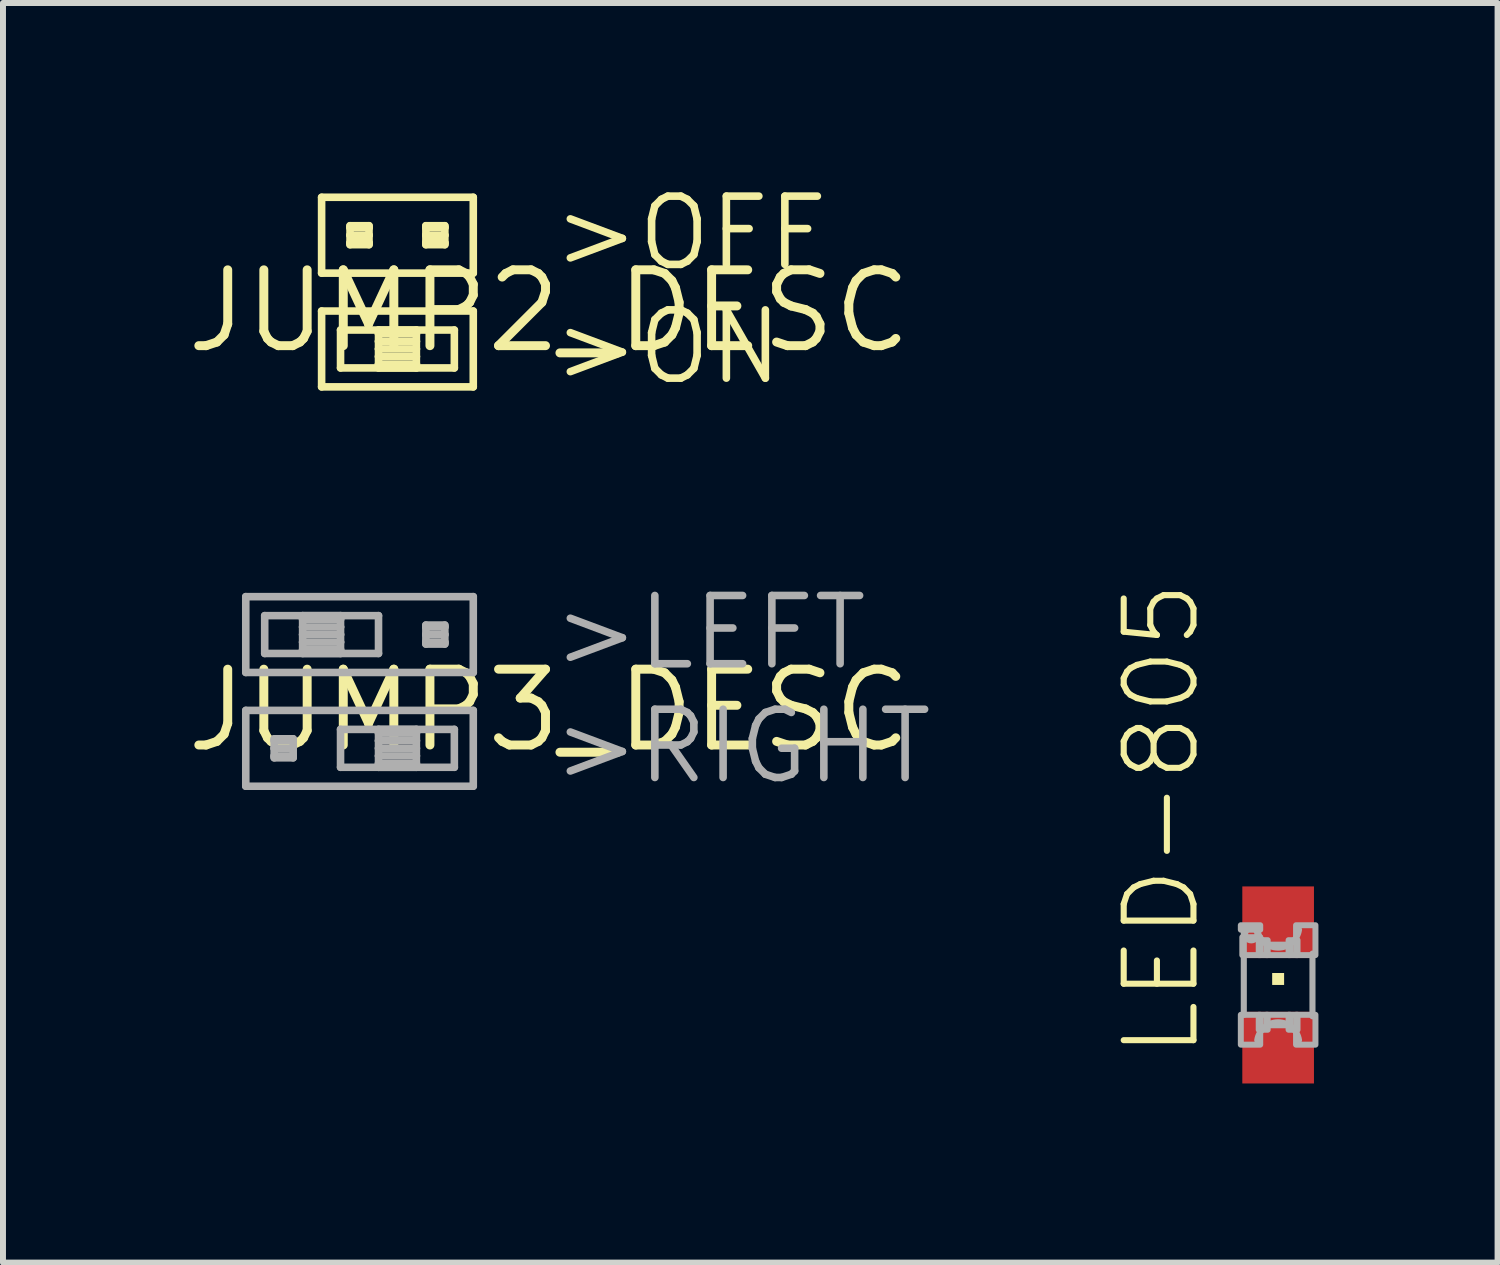
<source format=kicad_pcb>
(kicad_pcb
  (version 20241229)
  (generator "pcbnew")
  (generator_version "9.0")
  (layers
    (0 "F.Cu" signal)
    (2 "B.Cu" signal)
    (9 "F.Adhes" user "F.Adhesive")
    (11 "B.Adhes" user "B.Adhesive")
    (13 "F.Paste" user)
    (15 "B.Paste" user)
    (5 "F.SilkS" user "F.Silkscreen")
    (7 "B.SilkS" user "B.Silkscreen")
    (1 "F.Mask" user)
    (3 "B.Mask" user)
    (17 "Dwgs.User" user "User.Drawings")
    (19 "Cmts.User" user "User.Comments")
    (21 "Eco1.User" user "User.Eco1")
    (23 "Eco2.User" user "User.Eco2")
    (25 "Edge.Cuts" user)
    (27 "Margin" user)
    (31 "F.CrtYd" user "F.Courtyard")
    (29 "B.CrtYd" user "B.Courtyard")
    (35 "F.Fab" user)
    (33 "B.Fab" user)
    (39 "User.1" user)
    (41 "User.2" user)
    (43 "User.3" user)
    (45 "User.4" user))
  (footprint "JUMP2_DESC"
    (layer "F.Cu")
    (at 6.146 2.159)
    (property "Reference" "JUMP2_DESC" (at 0 0 0) (layer "F.SilkS") (effects (font (size 1.27 1.27) (thickness 0.15))))
    (fp_line (start -3.81 -1.905) (end -1.27 -1.905) (stroke (width 0.127) (type solid)) (layer "F.SilkS"))
    (fp_line (start -3.81 -0.635) (end -3.81 -1.905) (stroke (width 0.127) (type solid)) (layer "F.SilkS"))
    (fp_line (start -3.81 0) (end -1.27 0) (stroke (width 0.127) (type solid)) (layer "F.SilkS"))
    (fp_line (start -3.81 1.27) (end -3.81 0) (stroke (width 0.127) (type solid)) (layer "F.SilkS"))
    (fp_line (start -3.493 0.318) (end -1.587 0.318) (stroke (width 0.127) (type solid)) (layer "F.SilkS"))
    (fp_line (start -3.493 0.953) (end -3.493 0.318) (stroke (width 0.127) (type solid)) (layer "F.SilkS"))
    (fp_line (start -3.334 -1.429) (end -3.016 -1.429) (stroke (width 0.127) (type solid)) (layer "F.SilkS"))
    (fp_line (start -3.334 -1.397) (end -3.334 -1.429) (stroke (width 0.127) (type solid)) (layer "F.SilkS"))
    (fp_line (start -3.334 -1.397) (end -3.016 -1.397) (stroke (width 0.127) (type solid)) (layer "F.SilkS"))
    (fp_line (start -3.334 -1.27) (end -3.334 -1.397) (stroke (width 0.127) (type solid)) (layer "F.SilkS"))
    (fp_line (start -3.334 -1.27) (end -3.016 -1.27) (stroke (width 0.127) (type solid)) (layer "F.SilkS"))
    (fp_line (start -3.334 -1.143) (end -3.334 -1.27) (stroke (width 0.127) (type solid)) (layer "F.SilkS"))
    (fp_line (start -3.334 -1.143) (end -3.016 -1.143) (stroke (width 0.127) (type solid)) (layer "F.SilkS"))
    (fp_line (start -3.334 -1.111) (end -3.334 -1.143) (stroke (width 0.127) (type solid)) (layer "F.SilkS"))
    (fp_line (start -3.016 -1.429) (end -3.016 -1.397) (stroke (width 0.127) (type solid)) (layer "F.SilkS"))
    (fp_line (start -3.016 -1.397) (end -3.016 -1.27) (stroke (width 0.127) (type solid)) (layer "F.SilkS"))
    (fp_line (start -3.016 -1.27) (end -3.016 -1.143) (stroke (width 0.127) (type solid)) (layer "F.SilkS"))
    (fp_line (start -3.016 -1.143) (end -3.016 -1.111) (stroke (width 0.127) (type solid)) (layer "F.SilkS"))
    (fp_line (start -3.016 -1.111) (end -3.334 -1.111) (stroke (width 0.127) (type solid)) (layer "F.SilkS"))
    (fp_line (start -2.857 0.318) (end -2.223 0.318) (stroke (width 0.127) (type solid)) (layer "F.SilkS"))
    (fp_line (start -2.857 0.381) (end -2.857 0.318) (stroke (width 0.127) (type solid)) (layer "F.SilkS"))
    (fp_line (start -2.857 0.381) (end -2.223 0.381) (stroke (width 0.127) (type solid)) (layer "F.SilkS"))
    (fp_line (start -2.857 0.508) (end -2.857 0.381) (stroke (width 0.127) (type solid)) (layer "F.SilkS"))
    (fp_line (start -2.857 0.508) (end -2.223 0.508) (stroke (width 0.127) (type solid)) (layer "F.SilkS"))
    (fp_line (start -2.857 0.635) (end -2.857 0.508) (stroke (width 0.127) (type solid)) (layer "F.SilkS"))
    (fp_line (start -2.857 0.635) (end -2.223 0.635) (stroke (width 0.127) (type solid)) (layer "F.SilkS"))
    (fp_line (start -2.857 0.762) (end -2.857 0.635) (stroke (width 0.127) (type solid)) (layer "F.SilkS"))
    (fp_line (start -2.857 0.762) (end -2.223 0.762) (stroke (width 0.127) (type solid)) (layer "F.SilkS"))
    (fp_line (start -2.857 0.889) (end -2.857 0.762) (stroke (width 0.127) (type solid)) (layer "F.SilkS"))
    (fp_line (start -2.857 0.889) (end -2.223 0.889) (stroke (width 0.127) (type solid)) (layer "F.SilkS"))
    (fp_line (start -2.857 0.953) (end -2.857 0.889) (stroke (width 0.127) (type solid)) (layer "F.SilkS"))
    (fp_line (start -2.223 0.318) (end -2.223 0.381) (stroke (width 0.127) (type solid)) (layer "F.SilkS"))
    (fp_line (start -2.223 0.381) (end -2.223 0.508) (stroke (width 0.127) (type solid)) (layer "F.SilkS"))
    (fp_line (start -2.223 0.508) (end -2.223 0.635) (stroke (width 0.127) (type solid)) (layer "F.SilkS"))
    (fp_line (start -2.223 0.635) (end -2.223 0.762) (stroke (width 0.127) (type solid)) (layer "F.SilkS"))
    (fp_line (start -2.223 0.762) (end -2.223 0.889) (stroke (width 0.127) (type solid)) (layer "F.SilkS"))
    (fp_line (start -2.223 0.889) (end -2.223 0.953) (stroke (width 0.127) (type solid)) (layer "F.SilkS"))
    (fp_line (start -2.223 0.953) (end -2.857 0.953) (stroke (width 0.127) (type solid)) (layer "F.SilkS"))
    (fp_line (start -2.064 -1.429) (end -1.746 -1.429) (stroke (width 0.127) (type solid)) (layer "F.SilkS"))
    (fp_line (start -2.064 -1.397) (end -2.064 -1.429) (stroke (width 0.127) (type solid)) (layer "F.SilkS"))
    (fp_line (start -2.064 -1.397) (end -1.746 -1.397) (stroke (width 0.127) (type solid)) (layer "F.SilkS"))
    (fp_line (start -2.064 -1.27) (end -2.064 -1.397) (stroke (width 0.127) (type solid)) (layer "F.SilkS"))
    (fp_line (start -2.064 -1.27) (end -1.746 -1.27) (stroke (width 0.127) (type solid)) (layer "F.SilkS"))
    (fp_line (start -2.064 -1.143) (end -2.064 -1.27) (stroke (width 0.127) (type solid)) (layer "F.SilkS"))
    (fp_line (start -2.064 -1.143) (end -1.746 -1.143) (stroke (width 0.127) (type solid)) (layer "F.SilkS"))
    (fp_line (start -2.064 -1.111) (end -2.064 -1.143) (stroke (width 0.127) (type solid)) (layer "F.SilkS"))
    (fp_line (start -1.746 -1.429) (end -1.746 -1.397) (stroke (width 0.127) (type solid)) (layer "F.SilkS"))
    (fp_line (start -1.746 -1.397) (end -1.746 -1.27) (stroke (width 0.127) (type solid)) (layer "F.SilkS"))
    (fp_line (start -1.746 -1.27) (end -1.746 -1.143) (stroke (width 0.127) (type solid)) (layer "F.SilkS"))
    (fp_line (start -1.746 -1.143) (end -1.746 -1.111) (stroke (width 0.127) (type solid)) (layer "F.SilkS"))
    (fp_line (start -1.746 -1.111) (end -2.064 -1.111) (stroke (width 0.127) (type solid)) (layer "F.SilkS"))
    (fp_line (start -1.587 0.318) (end -1.587 0.953) (stroke (width 0.127) (type solid)) (layer "F.SilkS"))
    (fp_line (start -1.587 0.953) (end -3.493 0.953) (stroke (width 0.127) (type solid)) (layer "F.SilkS"))
    (fp_line (start -1.27 -1.905) (end -1.27 -0.635) (stroke (width 0.127) (type solid)) (layer "F.SilkS"))
    (fp_line (start -1.27 -0.635) (end -3.81 -0.635) (stroke (width 0.127) (type solid)) (layer "F.SilkS"))
    (fp_line (start -1.27 0) (end -1.27 1.27) (stroke (width 0.127) (type solid)) (layer "F.SilkS"))
    (fp_line (start -1.27 1.27) (end -3.81 1.27) (stroke (width 0.127) (type solid)) (layer "F.SilkS"))
    (fp_text user ">OFF" (at 0 -0.635 0) (layer "F.SilkS") (effects (font (size 1.143 1.143) (thickness 0.127)) (justify left bottom)))
    (fp_text user ">ON" (at 0 1.27 0) (layer "F.SilkS") (effects (font (size 1.143 1.143) (thickness 0.127)) (justify left bottom))))
  (footprint "LED-805"
    (layer "F.Cu")
    (at 18.355 13.445)
    (property "Reference" "LED-805" (at -1.27 1.27 90) (layer "F.SilkS") (effects (font (size 1.168 1.168) (thickness 0.102)) (justify left bottom)))
    (fp_poly (pts (xy -0.1 0) (xy 0.1 0) (xy 0.1 -0.2) (xy -0.1 -0.2)) (stroke (width 0) (type default)) (fill yes) (layer "F.SilkS"))
    (fp_line (start -0.575 0.5) (end -0.575 -0.925) (stroke (width 0.102) (type solid)) (layer "F.Fab"))
    (fp_line (start 0.575 -0.525) (end 0.575 0.525) (stroke (width 0.102) (type solid)) (layer "F.Fab"))
    (fp_arc (start -0.35 0.925) (mid -0.000001 0.625027) (end 0.35 0.924998) (stroke (width 0.1016) (type solid)) (layer "F.Fab"))
    (fp_arc (start 0.35 -0.924998) (mid -0.000001 -0.625027) (end -0.35 -0.925) (stroke (width 0.1016) (type solid)) (layer "F.Fab"))
    (fp_circle (center -0.45 -0.85) (end -0.347 -0.85) (stroke (width 0.102) (type solid)) (fill no) (layer "F.Fab"))
    (fp_poly (pts (xy -0.625 -0.925) (xy -0.3 -0.925) (xy -0.3 -1) (xy -0.625 -1)) (stroke (width 0.1) (type default)) (fill no) (layer "F.Fab"))
    (fp_poly (pts (xy -0.625 1) (xy -0.3 1) (xy -0.3 0.5) (xy -0.625 0.5)) (stroke (width 0.1) (type default)) (fill no) (layer "F.Fab"))
    (fp_poly (pts (xy -0.6 -0.5) (xy -0.3 -0.5) (xy -0.3 -0.8) (xy -0.6 -0.8)) (stroke (width 0.1) (type default)) (fill no) (layer "F.Fab"))
    (fp_poly (pts (xy -0.325 -0.5) (xy -0.175 -0.5) (xy -0.175 -0.75) (xy -0.325 -0.75)) (stroke (width 0.1) (type default)) (fill no) (layer "F.Fab"))
    (fp_poly (pts (xy -0.325 0.75) (xy -0.175 0.75) (xy -0.175 0.5) (xy -0.325 0.5)) (stroke (width 0.1) (type default)) (fill no) (layer "F.Fab"))
    (fp_poly (pts (xy -0.2 -0.5) (xy 0.2 -0.5) (xy 0.2 -0.675) (xy -0.2 -0.675)) (stroke (width 0.1) (type default)) (fill no) (layer "F.Fab"))
    (fp_poly (pts (xy -0.2 0.675) (xy 0.2 0.675) (xy 0.2 0.5) (xy -0.2 0.5)) (stroke (width 0.1) (type default)) (fill no) (layer "F.Fab"))
    (fp_poly (pts (xy 0.175 -0.5) (xy 0.325 -0.5) (xy 0.325 -0.75) (xy 0.175 -0.75)) (stroke (width 0.1) (type default)) (fill no) (layer "F.Fab"))
    (fp_poly (pts (xy 0.175 0.75) (xy 0.325 0.75) (xy 0.325 0.5) (xy 0.175 0.5)) (stroke (width 0.1) (type default)) (fill no) (layer "F.Fab"))
    (fp_poly (pts (xy 0.3 -0.5) (xy 0.625 -0.5) (xy 0.625 -1) (xy 0.3 -1)) (stroke (width 0.1) (type default)) (fill no) (layer "F.Fab"))
    (fp_poly (pts (xy 0.3 1) (xy 0.625 1) (xy 0.625 0.5) (xy 0.3 0.5)) (stroke (width 0.1) (type default)) (fill no) (layer "F.Fab"))
    (pad "A" smd rect (at 0 1.05) (size 1.2 1.2) (layers "F.Cu" "F.Mask" "F.Paste"))
    (pad "C" smd rect (at 0 -1.05) (size 1.2 1.2) (layers "F.Cu" "F.Mask" "F.Paste")))
  (footprint "JUMP3_DESC"
    (layer "F.Cu")
    (at 6.146 8.847)
    (property "Reference" "JUMP3_DESC" (at 0 0 0) (layer "F.SilkS") (effects (font (size 1.27 1.27) (thickness 0.15))))
    (fp_line (start -5.08 -1.905) (end -1.27 -1.905) (stroke (width 0.127) (type solid)) (layer "F.Fab"))
    (fp_line (start -5.08 -0.635) (end -5.08 -1.905) (stroke (width 0.127) (type solid)) (layer "F.Fab"))
    (fp_line (start -5.08 0) (end -1.27 0) (stroke (width 0.127) (type solid)) (layer "F.Fab"))
    (fp_line (start -5.08 1.27) (end -5.08 0) (stroke (width 0.127) (type solid)) (layer "F.Fab"))
    (fp_line (start -4.763 -1.587) (end -2.857 -1.587) (stroke (width 0.127) (type solid)) (layer "F.Fab"))
    (fp_line (start -4.763 -0.953) (end -4.763 -1.587) (stroke (width 0.127) (type solid)) (layer "F.Fab"))
    (fp_line (start -4.604 0.476) (end -4.286 0.476) (stroke (width 0.127) (type solid)) (layer "F.Fab"))
    (fp_line (start -4.604 0.508) (end -4.604 0.476) (stroke (width 0.127) (type solid)) (layer "F.Fab"))
    (fp_line (start -4.604 0.508) (end -4.286 0.508) (stroke (width 0.127) (type solid)) (layer "F.Fab"))
    (fp_line (start -4.604 0.635) (end -4.604 0.508) (stroke (width 0.127) (type solid)) (layer "F.Fab"))
    (fp_line (start -4.604 0.635) (end -4.286 0.635) (stroke (width 0.127) (type solid)) (layer "F.Fab"))
    (fp_line (start -4.604 0.762) (end -4.604 0.635) (stroke (width 0.127) (type solid)) (layer "F.Fab"))
    (fp_line (start -4.604 0.762) (end -4.286 0.762) (stroke (width 0.127) (type solid)) (layer "F.Fab"))
    (fp_line (start -4.604 0.794) (end -4.604 0.762) (stroke (width 0.127) (type solid)) (layer "F.Fab"))
    (fp_line (start -4.286 0.476) (end -4.286 0.508) (stroke (width 0.127) (type solid)) (layer "F.Fab"))
    (fp_line (start -4.286 0.508) (end -4.286 0.635) (stroke (width 0.127) (type solid)) (layer "F.Fab"))
    (fp_line (start -4.286 0.635) (end -4.286 0.762) (stroke (width 0.127) (type solid)) (layer "F.Fab"))
    (fp_line (start -4.286 0.762) (end -4.286 0.794) (stroke (width 0.127) (type solid)) (layer "F.Fab"))
    (fp_line (start -4.286 0.794) (end -4.604 0.794) (stroke (width 0.127) (type solid)) (layer "F.Fab"))
    (fp_line (start -4.128 -1.587) (end -3.493 -1.587) (stroke (width 0.127) (type solid)) (layer "F.Fab"))
    (fp_line (start -4.128 -1.524) (end -4.128 -1.587) (stroke (width 0.127) (type solid)) (layer "F.Fab"))
    (fp_line (start -4.128 -1.524) (end -3.493 -1.524) (stroke (width 0.127) (type solid)) (layer "F.Fab"))
    (fp_line (start -4.128 -1.397) (end -4.128 -1.524) (stroke (width 0.127) (type solid)) (layer "F.Fab"))
    (fp_line (start -4.128 -1.397) (end -3.493 -1.397) (stroke (width 0.127) (type solid)) (layer "F.Fab"))
    (fp_line (start -4.128 -1.27) (end -4.128 -1.397) (stroke (width 0.127) (type solid)) (layer "F.Fab"))
    (fp_line (start -4.128 -1.27) (end -3.493 -1.27) (stroke (width 0.127) (type solid)) (layer "F.Fab"))
    (fp_line (start -4.128 -1.143) (end -4.128 -1.27) (stroke (width 0.127) (type solid)) (layer "F.Fab"))
    (fp_line (start -4.128 -1.143) (end -3.493 -1.143) (stroke (width 0.127) (type solid)) (layer "F.Fab"))
    (fp_line (start -4.128 -1.016) (end -4.128 -1.143) (stroke (width 0.127) (type solid)) (layer "F.Fab"))
    (fp_line (start -4.128 -1.016) (end -3.493 -1.016) (stroke (width 0.127) (type solid)) (layer "F.Fab"))
    (fp_line (start -4.128 -0.953) (end -4.128 -1.016) (stroke (width 0.127) (type solid)) (layer "F.Fab"))
    (fp_line (start -3.493 -1.587) (end -3.493 -1.524) (stroke (width 0.127) (type solid)) (layer "F.Fab"))
    (fp_line (start -3.493 -1.524) (end -3.493 -1.397) (stroke (width 0.127) (type solid)) (layer "F.Fab"))
    (fp_line (start -3.493 -1.397) (end -3.493 -1.27) (stroke (width 0.127) (type solid)) (layer "F.Fab"))
    (fp_line (start -3.493 -1.27) (end -3.493 -1.143) (stroke (width 0.127) (type solid)) (layer "F.Fab"))
    (fp_line (start -3.493 -1.143) (end -3.493 -1.016) (stroke (width 0.127) (type solid)) (layer "F.Fab"))
    (fp_line (start -3.493 -1.016) (end -3.493 -0.953) (stroke (width 0.127) (type solid)) (layer "F.Fab"))
    (fp_line (start -3.493 -0.953) (end -4.128 -0.953) (stroke (width 0.127) (type solid)) (layer "F.Fab"))
    (fp_line (start -3.493 0.318) (end -1.587 0.318) (stroke (width 0.127) (type solid)) (layer "F.Fab"))
    (fp_line (start -3.493 0.953) (end -3.493 0.318) (stroke (width 0.127) (type solid)) (layer "F.Fab"))
    (fp_line (start -2.857 -1.587) (end -2.857 -0.953) (stroke (width 0.127) (type solid)) (layer "F.Fab"))
    (fp_line (start -2.857 -0.953) (end -4.763 -0.953) (stroke (width 0.127) (type solid)) (layer "F.Fab"))
    (fp_line (start -2.857 0.318) (end -2.223 0.318) (stroke (width 0.127) (type solid)) (layer "F.Fab"))
    (fp_line (start -2.857 0.381) (end -2.857 0.318) (stroke (width 0.127) (type solid)) (layer "F.Fab"))
    (fp_line (start -2.857 0.381) (end -2.223 0.381) (stroke (width 0.127) (type solid)) (layer "F.Fab"))
    (fp_line (start -2.857 0.508) (end -2.857 0.381) (stroke (width 0.127) (type solid)) (layer "F.Fab"))
    (fp_line (start -2.857 0.508) (end -2.223 0.508) (stroke (width 0.127) (type solid)) (layer "F.Fab"))
    (fp_line (start -2.857 0.635) (end -2.857 0.508) (stroke (width 0.127) (type solid)) (layer "F.Fab"))
    (fp_line (start -2.857 0.635) (end -2.223 0.635) (stroke (width 0.127) (type solid)) (layer "F.Fab"))
    (fp_line (start -2.857 0.762) (end -2.857 0.635) (stroke (width 0.127) (type solid)) (layer "F.Fab"))
    (fp_line (start -2.857 0.762) (end -2.223 0.762) (stroke (width 0.127) (type solid)) (layer "F.Fab"))
    (fp_line (start -2.857 0.889) (end -2.857 0.762) (stroke (width 0.127) (type solid)) (layer "F.Fab"))
    (fp_line (start -2.857 0.889) (end -2.223 0.889) (stroke (width 0.127) (type solid)) (layer "F.Fab"))
    (fp_line (start -2.857 0.953) (end -2.857 0.889) (stroke (width 0.127) (type solid)) (layer "F.Fab"))
    (fp_line (start -2.223 0.318) (end -2.223 0.381) (stroke (width 0.127) (type solid)) (layer "F.Fab"))
    (fp_line (start -2.223 0.381) (end -2.223 0.508) (stroke (width 0.127) (type solid)) (layer "F.Fab"))
    (fp_line (start -2.223 0.508) (end -2.223 0.635) (stroke (width 0.127) (type solid)) (layer "F.Fab"))
    (fp_line (start -2.223 0.635) (end -2.223 0.762) (stroke (width 0.127) (type solid)) (layer "F.Fab"))
    (fp_line (start -2.223 0.762) (end -2.223 0.889) (stroke (width 0.127) (type solid)) (layer "F.Fab"))
    (fp_line (start -2.223 0.889) (end -2.223 0.953) (stroke (width 0.127) (type solid)) (layer "F.Fab"))
    (fp_line (start -2.223 0.953) (end -2.857 0.953) (stroke (width 0.127) (type solid)) (layer "F.Fab"))
    (fp_line (start -2.064 -1.429) (end -1.746 -1.429) (stroke (width 0.127) (type solid)) (layer "F.Fab"))
    (fp_line (start -2.064 -1.397) (end -2.064 -1.429) (stroke (width 0.127) (type solid)) (layer "F.Fab"))
    (fp_line (start -2.064 -1.397) (end -1.746 -1.397) (stroke (width 0.127) (type solid)) (layer "F.Fab"))
    (fp_line (start -2.064 -1.27) (end -2.064 -1.397) (stroke (width 0.127) (type solid)) (layer "F.Fab"))
    (fp_line (start -2.064 -1.27) (end -1.746 -1.27) (stroke (width 0.127) (type solid)) (layer "F.Fab"))
    (fp_line (start -2.064 -1.143) (end -2.064 -1.27) (stroke (width 0.127) (type solid)) (layer "F.Fab"))
    (fp_line (start -2.064 -1.143) (end -1.746 -1.143) (stroke (width 0.127) (type solid)) (layer "F.Fab"))
    (fp_line (start -2.064 -1.111) (end -2.064 -1.143) (stroke (width 0.127) (type solid)) (layer "F.Fab"))
    (fp_line (start -1.746 -1.429) (end -1.746 -1.397) (stroke (width 0.127) (type solid)) (layer "F.Fab"))
    (fp_line (start -1.746 -1.397) (end -1.746 -1.27) (stroke (width 0.127) (type solid)) (layer "F.Fab"))
    (fp_line (start -1.746 -1.27) (end -1.746 -1.143) (stroke (width 0.127) (type solid)) (layer "F.Fab"))
    (fp_line (start -1.746 -1.143) (end -1.746 -1.111) (stroke (width 0.127) (type solid)) (layer "F.Fab"))
    (fp_line (start -1.746 -1.111) (end -2.064 -1.111) (stroke (width 0.127) (type solid)) (layer "F.Fab"))
    (fp_line (start -1.587 0.318) (end -1.587 0.953) (stroke (width 0.127) (type solid)) (layer "F.Fab"))
    (fp_line (start -1.587 0.953) (end -3.493 0.953) (stroke (width 0.127) (type solid)) (layer "F.Fab"))
    (fp_line (start -1.27 -1.905) (end -1.27 -0.635) (stroke (width 0.127) (type solid)) (layer "F.Fab"))
    (fp_line (start -1.27 -0.635) (end -5.08 -0.635) (stroke (width 0.127) (type solid)) (layer "F.Fab"))
    (fp_line (start -1.27 0) (end -1.27 1.27) (stroke (width 0.127) (type solid)) (layer "F.Fab"))
    (fp_line (start -1.27 1.27) (end -5.08 1.27) (stroke (width 0.127) (type solid)) (layer "F.Fab"))
    (fp_text user ">LEFT" (at 0 -0.635 0) (layer "F.Fab") (effects (font (size 1.143 1.143) (thickness 0.127)) (justify left bottom)))
    (fp_text user ">RIGHT" (at 0 1.27 0) (layer "F.Fab") (effects (font (size 1.143 1.143) (thickness 0.127)) (justify left bottom))))
  (gr_rect
    (start -3 -3)
    (end 22.03 18.095)
    (stroke (width 0.1) (type default))
    (fill no)
    (layer "Edge.Cuts")))
</source>
